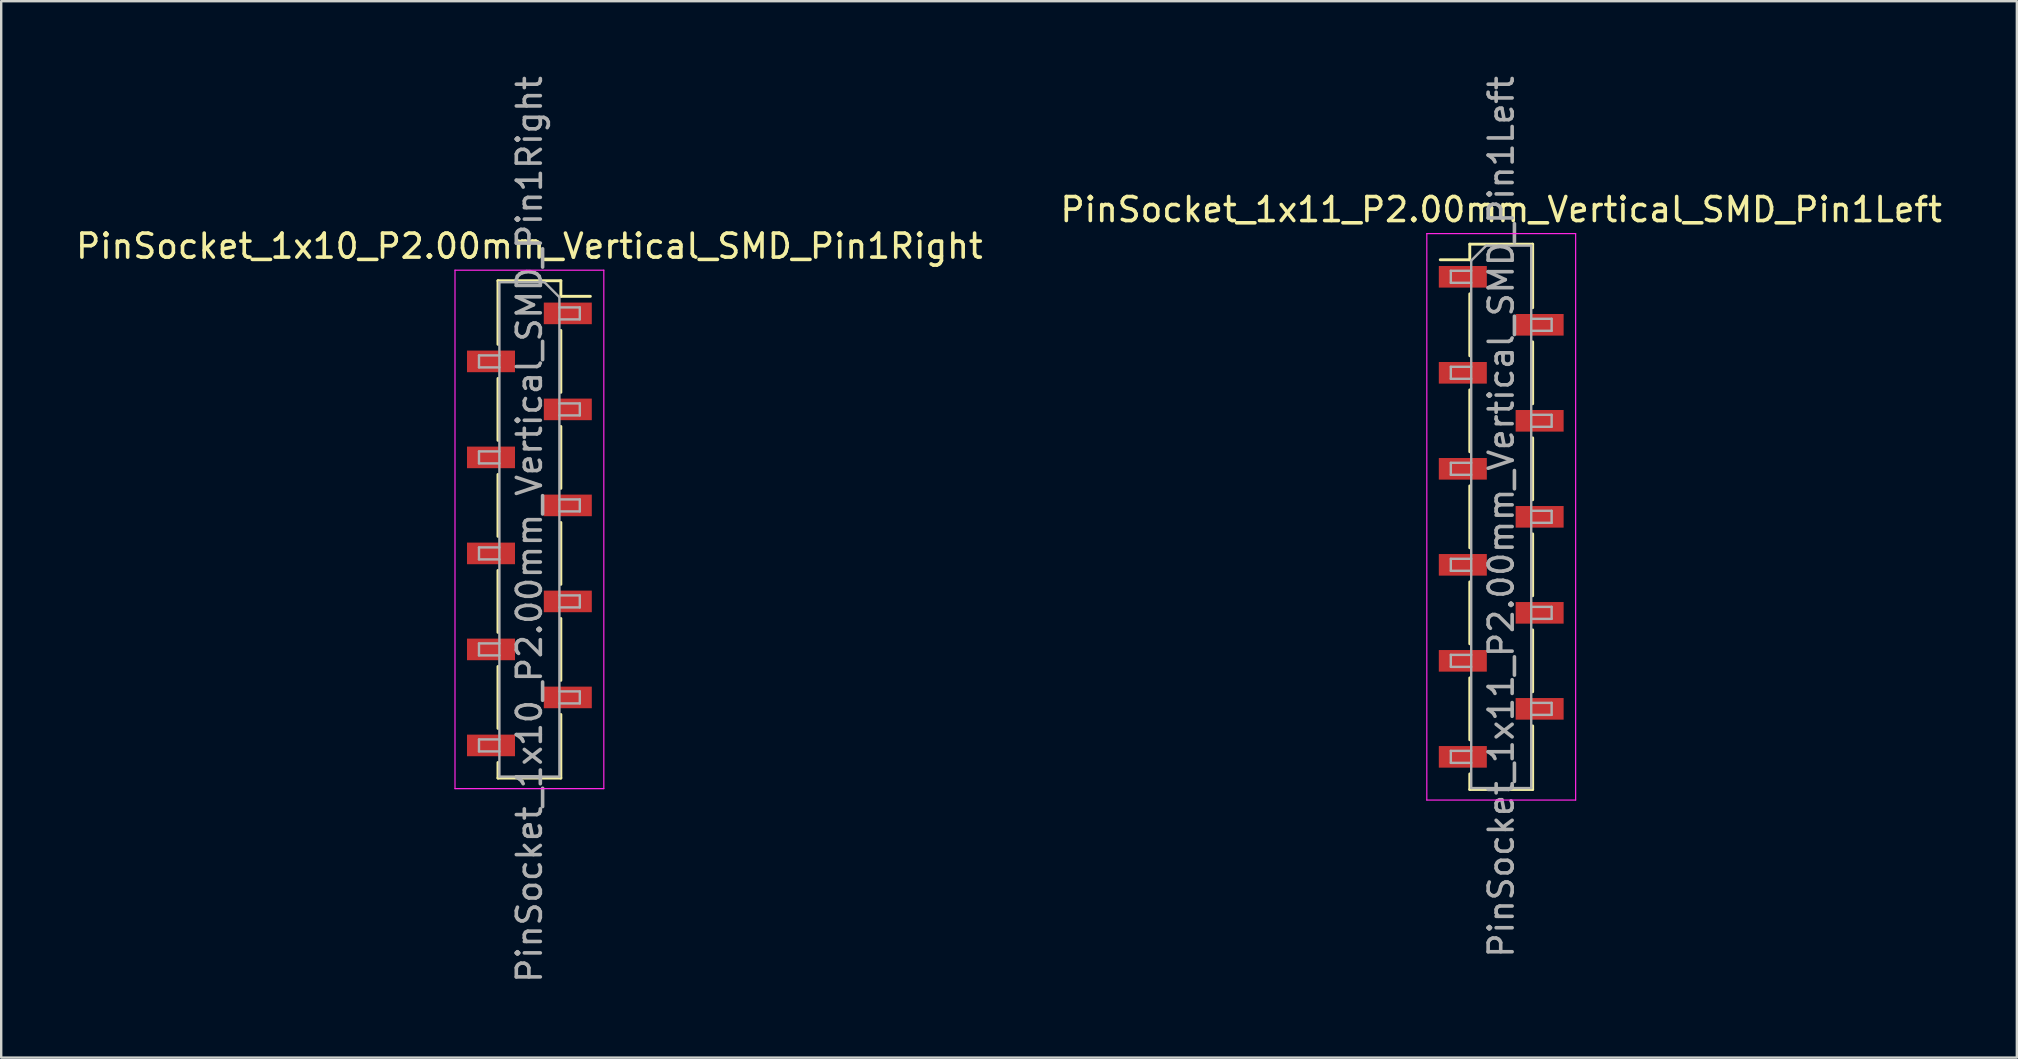
<source format=kicad_pcb>
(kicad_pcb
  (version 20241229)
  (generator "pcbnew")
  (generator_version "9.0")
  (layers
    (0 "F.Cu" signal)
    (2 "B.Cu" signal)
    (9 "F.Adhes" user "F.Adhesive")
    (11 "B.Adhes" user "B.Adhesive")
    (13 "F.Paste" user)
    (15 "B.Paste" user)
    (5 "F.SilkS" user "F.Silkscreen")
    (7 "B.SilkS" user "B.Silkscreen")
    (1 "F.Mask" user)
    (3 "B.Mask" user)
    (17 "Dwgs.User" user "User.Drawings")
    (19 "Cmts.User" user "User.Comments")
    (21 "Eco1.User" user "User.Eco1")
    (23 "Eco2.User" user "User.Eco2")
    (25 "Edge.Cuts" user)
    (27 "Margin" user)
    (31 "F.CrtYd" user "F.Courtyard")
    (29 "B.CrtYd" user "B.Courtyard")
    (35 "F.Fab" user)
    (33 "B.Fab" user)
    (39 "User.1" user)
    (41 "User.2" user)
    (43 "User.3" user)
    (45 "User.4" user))
  (footprint "PinSocket_1x10_P2.00mm_Vertical_SMD_Pin1Right"
    (layer "F.Cu")
    (at 19.006 19.006)
    (property "Reference" "PinSocket_1x10_P2.00mm_Vertical_SMD_Pin1Right" (at 0 -11.8 0) (layer "F.SilkS") (effects (font (size 1 1) (thickness 0.15))))
    (attr smd)
    (fp_line (start -1.31 -10.36) (end -1.31 -7.71) (stroke (width 0.12) (type solid)) (layer "F.SilkS"))
    (fp_line (start -1.31 -10.36) (end 1.31 -10.36) (stroke (width 0.12) (type solid)) (layer "F.SilkS"))
    (fp_line (start -1.31 -6.29) (end -1.31 -3.71) (stroke (width 0.12) (type solid)) (layer "F.SilkS"))
    (fp_line (start -1.31 -2.29) (end -1.31 0.29) (stroke (width 0.12) (type solid)) (layer "F.SilkS"))
    (fp_line (start -1.31 1.71) (end -1.31 4.29) (stroke (width 0.12) (type solid)) (layer "F.SilkS"))
    (fp_line (start -1.31 5.71) (end -1.31 8.29) (stroke (width 0.12) (type solid)) (layer "F.SilkS"))
    (fp_line (start -1.31 9.71) (end -1.31 10.36) (stroke (width 0.12) (type solid)) (layer "F.SilkS"))
    (fp_line (start -1.31 10.36) (end 1.31 10.36) (stroke (width 0.12) (type solid)) (layer "F.SilkS"))
    (fp_line (start 1.31 -10.36) (end 1.31 -9.71) (stroke (width 0.12) (type solid)) (layer "F.SilkS"))
    (fp_line (start 1.31 -9.71) (end 2.54 -9.71) (stroke (width 0.12) (type solid)) (layer "F.SilkS"))
    (fp_line (start 1.31 -8.29) (end 1.31 -5.71) (stroke (width 0.12) (type solid)) (layer "F.SilkS"))
    (fp_line (start 1.31 -4.29) (end 1.31 -1.71) (stroke (width 0.12) (type solid)) (layer "F.SilkS"))
    (fp_line (start 1.31 -0.29) (end 1.31 2.29) (stroke (width 0.12) (type solid)) (layer "F.SilkS"))
    (fp_line (start 1.31 3.71) (end 1.31 6.29) (stroke (width 0.12) (type solid)) (layer "F.SilkS"))
    (fp_line (start 1.31 7.71) (end 1.31 10.36) (stroke (width 0.12) (type solid)) (layer "F.SilkS"))
    (fp_line (start -3.1 -10.8) (end 3.1 -10.8) (stroke (width 0.05) (type solid)) (layer "F.CrtYd"))
    (fp_line (start -3.1 10.8) (end -3.1 -10.8) (stroke (width 0.05) (type solid)) (layer "F.CrtYd"))
    (fp_line (start 3.1 -10.8) (end 3.1 10.8) (stroke (width 0.05) (type solid)) (layer "F.CrtYd"))
    (fp_line (start 3.1 10.8) (end -3.1 10.8) (stroke (width 0.05) (type solid)) (layer "F.CrtYd"))
    (fp_line (start -2.1 -7.25) (end -1.25 -7.25) (stroke (width 0.1) (type solid)) (layer "F.Fab"))
    (fp_line (start -2.1 -6.75) (end -2.1 -7.25) (stroke (width 0.1) (type solid)) (layer "F.Fab"))
    (fp_line (start -2.1 -3.25) (end -1.25 -3.25) (stroke (width 0.1) (type solid)) (layer "F.Fab"))
    (fp_line (start -2.1 -2.75) (end -2.1 -3.25) (stroke (width 0.1) (type solid)) (layer "F.Fab"))
    (fp_line (start -2.1 0.75) (end -1.25 0.75) (stroke (width 0.1) (type solid)) (layer "F.Fab"))
    (fp_line (start -2.1 1.25) (end -2.1 0.75) (stroke (width 0.1) (type solid)) (layer "F.Fab"))
    (fp_line (start -2.1 4.75) (end -1.25 4.75) (stroke (width 0.1) (type solid)) (layer "F.Fab"))
    (fp_line (start -2.1 5.25) (end -2.1 4.75) (stroke (width 0.1) (type solid)) (layer "F.Fab"))
    (fp_line (start -2.1 8.75) (end -1.25 8.75) (stroke (width 0.1) (type solid)) (layer "F.Fab"))
    (fp_line (start -2.1 9.25) (end -2.1 8.75) (stroke (width 0.1) (type solid)) (layer "F.Fab"))
    (fp_line (start -1.25 -10.3) (end 0.625 -10.3) (stroke (width 0.1) (type solid)) (layer "F.Fab"))
    (fp_line (start -1.25 -6.75) (end -2.1 -6.75) (stroke (width 0.1) (type solid)) (layer "F.Fab"))
    (fp_line (start -1.25 -2.75) (end -2.1 -2.75) (stroke (width 0.1) (type solid)) (layer "F.Fab"))
    (fp_line (start -1.25 1.25) (end -2.1 1.25) (stroke (width 0.1) (type solid)) (layer "F.Fab"))
    (fp_line (start -1.25 5.25) (end -2.1 5.25) (stroke (width 0.1) (type solid)) (layer "F.Fab"))
    (fp_line (start -1.25 9.25) (end -2.1 9.25) (stroke (width 0.1) (type solid)) (layer "F.Fab"))
    (fp_line (start -1.25 10.3) (end -1.25 -10.3) (stroke (width 0.1) (type solid)) (layer "F.Fab"))
    (fp_line (start 0.625 -10.3) (end 1.25 -9.675) (stroke (width 0.1) (type solid)) (layer "F.Fab"))
    (fp_line (start 1.25 -9.675) (end 1.25 10.3) (stroke (width 0.1) (type solid)) (layer "F.Fab"))
    (fp_line (start 1.25 -9.25) (end 2.1 -9.25) (stroke (width 0.1) (type solid)) (layer "F.Fab"))
    (fp_line (start 1.25 -5.25) (end 2.1 -5.25) (stroke (width 0.1) (type solid)) (layer "F.Fab"))
    (fp_line (start 1.25 -1.25) (end 2.1 -1.25) (stroke (width 0.1) (type solid)) (layer "F.Fab"))
    (fp_line (start 1.25 2.75) (end 2.1 2.75) (stroke (width 0.1) (type solid)) (layer "F.Fab"))
    (fp_line (start 1.25 6.75) (end 2.1 6.75) (stroke (width 0.1) (type solid)) (layer "F.Fab"))
    (fp_line (start 1.25 10.3) (end -1.25 10.3) (stroke (width 0.1) (type solid)) (layer "F.Fab"))
    (fp_line (start 2.1 -9.25) (end 2.1 -8.75) (stroke (width 0.1) (type solid)) (layer "F.Fab"))
    (fp_line (start 2.1 -8.75) (end 1.25 -8.75) (stroke (width 0.1) (type solid)) (layer "F.Fab"))
    (fp_line (start 2.1 -5.25) (end 2.1 -4.75) (stroke (width 0.1) (type solid)) (layer "F.Fab"))
    (fp_line (start 2.1 -4.75) (end 1.25 -4.75) (stroke (width 0.1) (type solid)) (layer "F.Fab"))
    (fp_line (start 2.1 -1.25) (end 2.1 -0.75) (stroke (width 0.1) (type solid)) (layer "F.Fab"))
    (fp_line (start 2.1 -0.75) (end 1.25 -0.75) (stroke (width 0.1) (type solid)) (layer "F.Fab"))
    (fp_line (start 2.1 2.75) (end 2.1 3.25) (stroke (width 0.1) (type solid)) (layer "F.Fab"))
    (fp_line (start 2.1 3.25) (end 1.25 3.25) (stroke (width 0.1) (type solid)) (layer "F.Fab"))
    (fp_line (start 2.1 6.75) (end 2.1 7.25) (stroke (width 0.1) (type solid)) (layer "F.Fab"))
    (fp_line (start 2.1 7.25) (end 1.25 7.25) (stroke (width 0.1) (type solid)) (layer "F.Fab"))
    (fp_text user "${REFERENCE}" (at 0 0 90) (layer "F.Fab") (effects (font (size 1 1) (thickness 0.15))))
    (pad "1" smd rect (at 1.6 -9) (size 2 0.9) (layers "F.Cu" "F.Mask" "F.Paste"))
    (pad "2" smd rect (at -1.6 -7) (size 2 0.9) (layers "F.Cu" "F.Mask" "F.Paste"))
    (pad "3" smd rect (at 1.6 -5) (size 2 0.9) (layers "F.Cu" "F.Mask" "F.Paste"))
    (pad "4" smd rect (at -1.6 -3) (size 2 0.9) (layers "F.Cu" "F.Mask" "F.Paste"))
    (pad "5" smd rect (at 1.6 -1) (size 2 0.9) (layers "F.Cu" "F.Mask" "F.Paste"))
    (pad "6" smd rect (at -1.6 1) (size 2 0.9) (layers "F.Cu" "F.Mask" "F.Paste"))
    (pad "7" smd rect (at 1.6 3) (size 2 0.9) (layers "F.Cu" "F.Mask" "F.Paste"))
    (pad "8" smd rect (at -1.6 5) (size 2 0.9) (layers "F.Cu" "F.Mask" "F.Paste"))
    (pad "9" smd rect (at 1.6 7) (size 2 0.9) (layers "F.Cu" "F.Mask" "F.Paste"))
    (pad "10" smd rect (at -1.6 9) (size 2 0.9) (layers "F.Cu" "F.Mask" "F.Paste")))
  (footprint "PinSocket_1x11_P2.00mm_Vertical_SMD_Pin1Left"
    (layer "F.Cu")
    (at 59.494 18.482)
    (property "Reference" "PinSocket_1x11_P2.00mm_Vertical_SMD_Pin1Left" (at 0 -12.8 0) (layer "F.SilkS") (effects (font (size 1 1) (thickness 0.15))))
    (attr smd)
    (fp_line (start -2.54 -10.71) (end -1.31 -10.71) (stroke (width 0.12) (type solid)) (layer "F.SilkS"))
    (fp_line (start -1.31 -11.36) (end -1.31 -10.71) (stroke (width 0.12) (type solid)) (layer "F.SilkS"))
    (fp_line (start -1.31 -11.36) (end 1.31 -11.36) (stroke (width 0.12) (type solid)) (layer "F.SilkS"))
    (fp_line (start -1.31 -9.29) (end -1.31 -6.71) (stroke (width 0.12) (type solid)) (layer "F.SilkS"))
    (fp_line (start -1.31 -5.29) (end -1.31 -2.71) (stroke (width 0.12) (type solid)) (layer "F.SilkS"))
    (fp_line (start -1.31 -1.29) (end -1.31 1.29) (stroke (width 0.12) (type solid)) (layer "F.SilkS"))
    (fp_line (start -1.31 2.71) (end -1.31 5.29) (stroke (width 0.12) (type solid)) (layer "F.SilkS"))
    (fp_line (start -1.31 6.71) (end -1.31 9.29) (stroke (width 0.12) (type solid)) (layer "F.SilkS"))
    (fp_line (start -1.31 10.71) (end -1.31 11.36) (stroke (width 0.12) (type solid)) (layer "F.SilkS"))
    (fp_line (start -1.31 11.36) (end 1.31 11.36) (stroke (width 0.12) (type solid)) (layer "F.SilkS"))
    (fp_line (start 1.31 -11.36) (end 1.31 -8.71) (stroke (width 0.12) (type solid)) (layer "F.SilkS"))
    (fp_line (start 1.31 -7.29) (end 1.31 -4.71) (stroke (width 0.12) (type solid)) (layer "F.SilkS"))
    (fp_line (start 1.31 -3.29) (end 1.31 -0.71) (stroke (width 0.12) (type solid)) (layer "F.SilkS"))
    (fp_line (start 1.31 0.71) (end 1.31 3.29) (stroke (width 0.12) (type solid)) (layer "F.SilkS"))
    (fp_line (start 1.31 4.71) (end 1.31 7.29) (stroke (width 0.12) (type solid)) (layer "F.SilkS"))
    (fp_line (start 1.31 8.71) (end 1.31 11.36) (stroke (width 0.12) (type solid)) (layer "F.SilkS"))
    (fp_line (start -3.1 -11.8) (end 3.1 -11.8) (stroke (width 0.05) (type solid)) (layer "F.CrtYd"))
    (fp_line (start -3.1 11.8) (end -3.1 -11.8) (stroke (width 0.05) (type solid)) (layer "F.CrtYd"))
    (fp_line (start 3.1 -11.8) (end 3.1 11.8) (stroke (width 0.05) (type solid)) (layer "F.CrtYd"))
    (fp_line (start 3.1 11.8) (end -3.1 11.8) (stroke (width 0.05) (type solid)) (layer "F.CrtYd"))
    (fp_line (start -2.1 -10.25) (end -1.25 -10.25) (stroke (width 0.1) (type solid)) (layer "F.Fab"))
    (fp_line (start -2.1 -9.75) (end -2.1 -10.25) (stroke (width 0.1) (type solid)) (layer "F.Fab"))
    (fp_line (start -2.1 -6.25) (end -1.25 -6.25) (stroke (width 0.1) (type solid)) (layer "F.Fab"))
    (fp_line (start -2.1 -5.75) (end -2.1 -6.25) (stroke (width 0.1) (type solid)) (layer "F.Fab"))
    (fp_line (start -2.1 -2.25) (end -1.25 -2.25) (stroke (width 0.1) (type solid)) (layer "F.Fab"))
    (fp_line (start -2.1 -1.75) (end -2.1 -2.25) (stroke (width 0.1) (type solid)) (layer "F.Fab"))
    (fp_line (start -2.1 1.75) (end -1.25 1.75) (stroke (width 0.1) (type solid)) (layer "F.Fab"))
    (fp_line (start -2.1 2.25) (end -2.1 1.75) (stroke (width 0.1) (type solid)) (layer "F.Fab"))
    (fp_line (start -2.1 5.75) (end -1.25 5.75) (stroke (width 0.1) (type solid)) (layer "F.Fab"))
    (fp_line (start -2.1 6.25) (end -2.1 5.75) (stroke (width 0.1) (type solid)) (layer "F.Fab"))
    (fp_line (start -2.1 9.75) (end -1.25 9.75) (stroke (width 0.1) (type solid)) (layer "F.Fab"))
    (fp_line (start -2.1 10.25) (end -2.1 9.75) (stroke (width 0.1) (type solid)) (layer "F.Fab"))
    (fp_line (start -1.25 -10.675) (end -0.625 -11.3) (stroke (width 0.1) (type solid)) (layer "F.Fab"))
    (fp_line (start -1.25 -9.75) (end -2.1 -9.75) (stroke (width 0.1) (type solid)) (layer "F.Fab"))
    (fp_line (start -1.25 -5.75) (end -2.1 -5.75) (stroke (width 0.1) (type solid)) (layer "F.Fab"))
    (fp_line (start -1.25 -1.75) (end -2.1 -1.75) (stroke (width 0.1) (type solid)) (layer "F.Fab"))
    (fp_line (start -1.25 2.25) (end -2.1 2.25) (stroke (width 0.1) (type solid)) (layer "F.Fab"))
    (fp_line (start -1.25 6.25) (end -2.1 6.25) (stroke (width 0.1) (type solid)) (layer "F.Fab"))
    (fp_line (start -1.25 10.25) (end -2.1 10.25) (stroke (width 0.1) (type solid)) (layer "F.Fab"))
    (fp_line (start -1.25 11.3) (end -1.25 -10.675) (stroke (width 0.1) (type solid)) (layer "F.Fab"))
    (fp_line (start -0.625 -11.3) (end 1.25 -11.3) (stroke (width 0.1) (type solid)) (layer "F.Fab"))
    (fp_line (start 1.25 -11.3) (end 1.25 11.3) (stroke (width 0.1) (type solid)) (layer "F.Fab"))
    (fp_line (start 1.25 -8.25) (end 2.1 -8.25) (stroke (width 0.1) (type solid)) (layer "F.Fab"))
    (fp_line (start 1.25 -4.25) (end 2.1 -4.25) (stroke (width 0.1) (type solid)) (layer "F.Fab"))
    (fp_line (start 1.25 -0.25) (end 2.1 -0.25) (stroke (width 0.1) (type solid)) (layer "F.Fab"))
    (fp_line (start 1.25 3.75) (end 2.1 3.75) (stroke (width 0.1) (type solid)) (layer "F.Fab"))
    (fp_line (start 1.25 7.75) (end 2.1 7.75) (stroke (width 0.1) (type solid)) (layer "F.Fab"))
    (fp_line (start 1.25 11.3) (end -1.25 11.3) (stroke (width 0.1) (type solid)) (layer "F.Fab"))
    (fp_line (start 2.1 -8.25) (end 2.1 -7.75) (stroke (width 0.1) (type solid)) (layer "F.Fab"))
    (fp_line (start 2.1 -7.75) (end 1.25 -7.75) (stroke (width 0.1) (type solid)) (layer "F.Fab"))
    (fp_line (start 2.1 -4.25) (end 2.1 -3.75) (stroke (width 0.1) (type solid)) (layer "F.Fab"))
    (fp_line (start 2.1 -3.75) (end 1.25 -3.75) (stroke (width 0.1) (type solid)) (layer "F.Fab"))
    (fp_line (start 2.1 -0.25) (end 2.1 0.25) (stroke (width 0.1) (type solid)) (layer "F.Fab"))
    (fp_line (start 2.1 0.25) (end 1.25 0.25) (stroke (width 0.1) (type solid)) (layer "F.Fab"))
    (fp_line (start 2.1 3.75) (end 2.1 4.25) (stroke (width 0.1) (type solid)) (layer "F.Fab"))
    (fp_line (start 2.1 4.25) (end 1.25 4.25) (stroke (width 0.1) (type solid)) (layer "F.Fab"))
    (fp_line (start 2.1 7.75) (end 2.1 8.25) (stroke (width 0.1) (type solid)) (layer "F.Fab"))
    (fp_line (start 2.1 8.25) (end 1.25 8.25) (stroke (width 0.1) (type solid)) (layer "F.Fab"))
    (fp_text user "${REFERENCE}" (at 0 0 90) (layer "F.Fab") (effects (font (size 1 1) (thickness 0.15))))
    (pad "1" smd rect (at -1.6 -10) (size 2 0.9) (layers "F.Cu" "F.Mask" "F.Paste"))
    (pad "2" smd rect (at 1.6 -8) (size 2 0.9) (layers "F.Cu" "F.Mask" "F.Paste"))
    (pad "3" smd rect (at -1.6 -6) (size 2 0.9) (layers "F.Cu" "F.Mask" "F.Paste"))
    (pad "4" smd rect (at 1.6 -4) (size 2 0.9) (layers "F.Cu" "F.Mask" "F.Paste"))
    (pad "5" smd rect (at -1.6 -2) (size 2 0.9) (layers "F.Cu" "F.Mask" "F.Paste"))
    (pad "6" smd rect (at 1.6 0) (size 2 0.9) (layers "F.Cu" "F.Mask" "F.Paste"))
    (pad "7" smd rect (at -1.6 2) (size 2 0.9) (layers "F.Cu" "F.Mask" "F.Paste"))
    (pad "8" smd rect (at 1.6 4) (size 2 0.9) (layers "F.Cu" "F.Mask" "F.Paste"))
    (pad "9" smd rect (at -1.6 6) (size 2 0.9) (layers "F.Cu" "F.Mask" "F.Paste"))
    (pad "10" smd rect (at 1.6 8) (size 2 0.9) (layers "F.Cu" "F.Mask" "F.Paste"))
    (pad "11" smd rect (at -1.6 10) (size 2 0.9) (layers "F.Cu" "F.Mask" "F.Paste")))
  (gr_rect
    (start -3 -3)
    (end 80.976 41.012)
    (stroke (width 0.1) (type default))
    (fill no)
    (layer "Edge.Cuts")))
</source>
